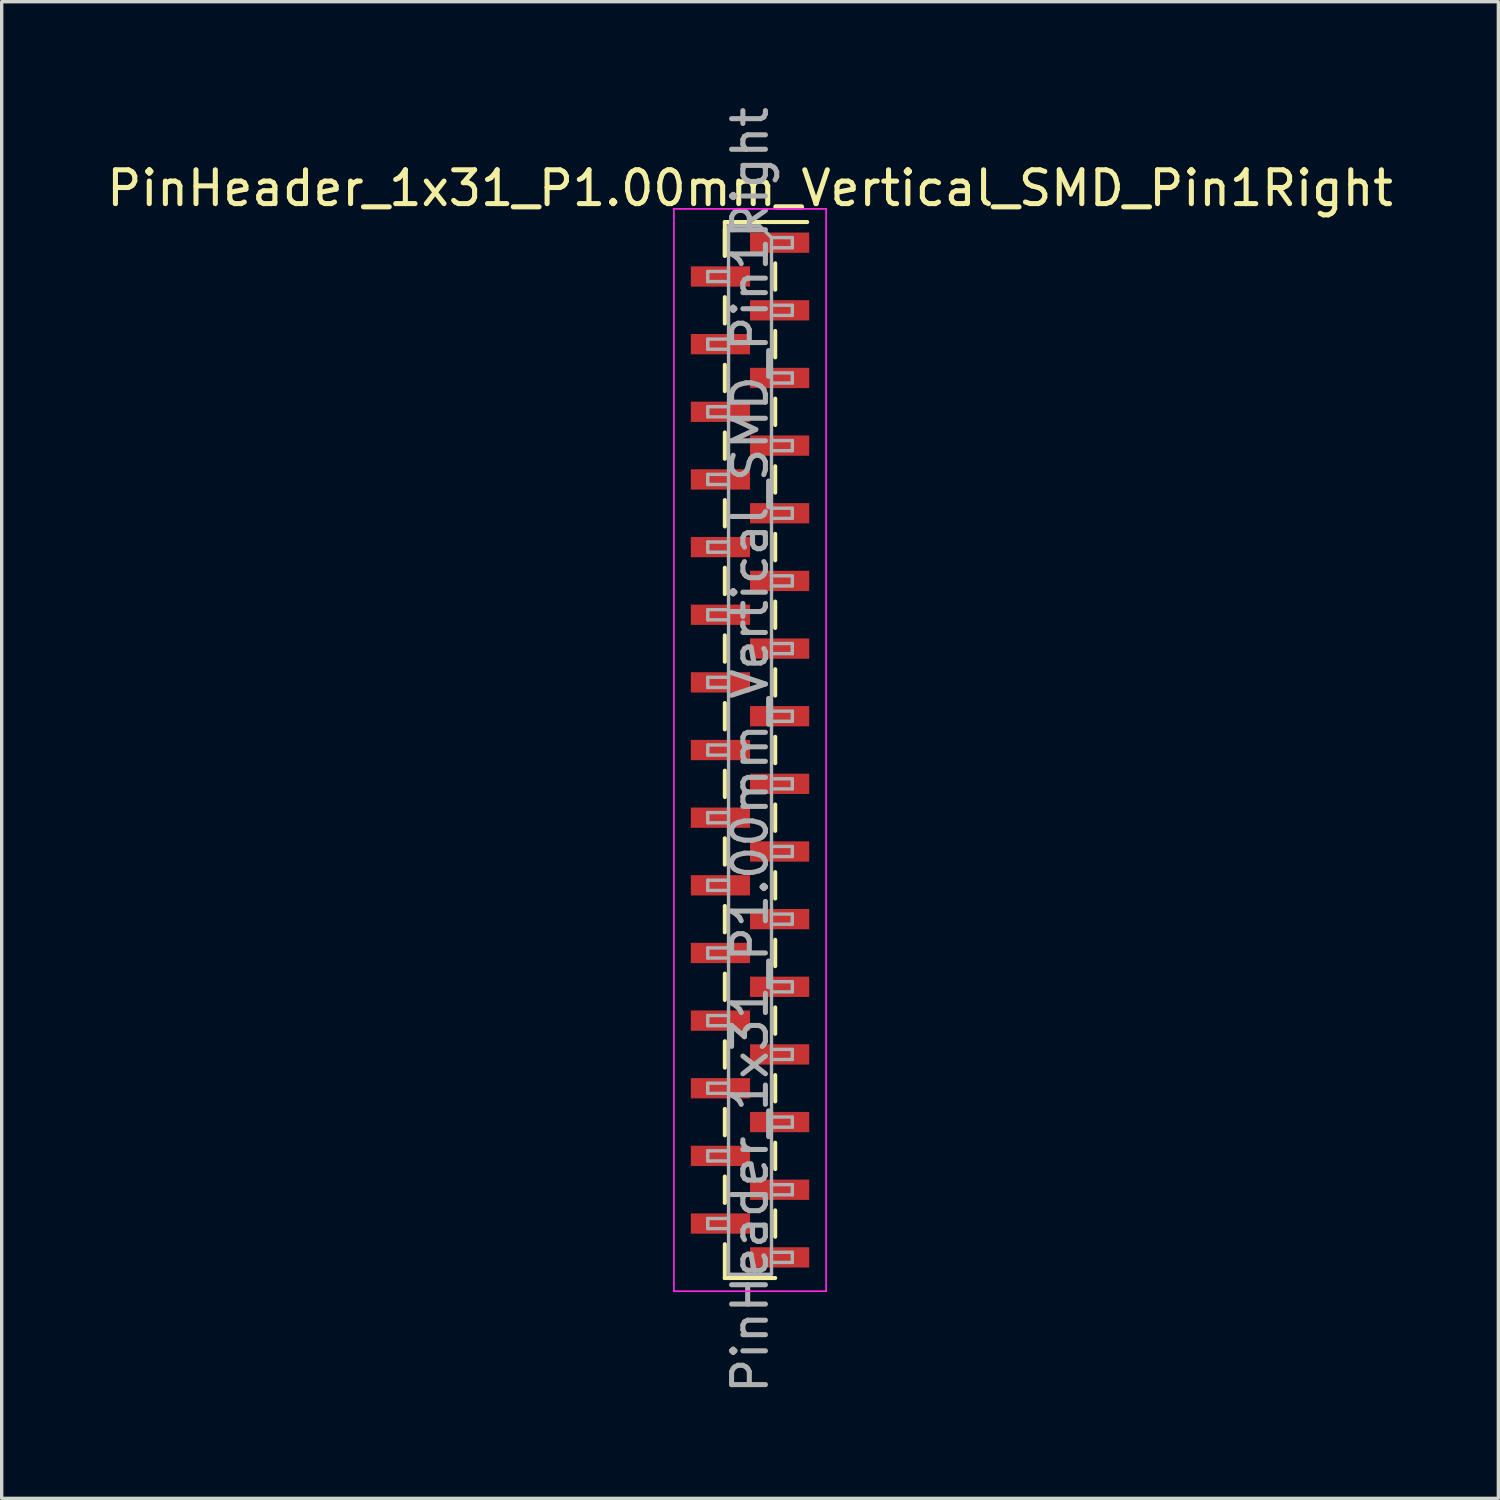
<source format=kicad_pcb>
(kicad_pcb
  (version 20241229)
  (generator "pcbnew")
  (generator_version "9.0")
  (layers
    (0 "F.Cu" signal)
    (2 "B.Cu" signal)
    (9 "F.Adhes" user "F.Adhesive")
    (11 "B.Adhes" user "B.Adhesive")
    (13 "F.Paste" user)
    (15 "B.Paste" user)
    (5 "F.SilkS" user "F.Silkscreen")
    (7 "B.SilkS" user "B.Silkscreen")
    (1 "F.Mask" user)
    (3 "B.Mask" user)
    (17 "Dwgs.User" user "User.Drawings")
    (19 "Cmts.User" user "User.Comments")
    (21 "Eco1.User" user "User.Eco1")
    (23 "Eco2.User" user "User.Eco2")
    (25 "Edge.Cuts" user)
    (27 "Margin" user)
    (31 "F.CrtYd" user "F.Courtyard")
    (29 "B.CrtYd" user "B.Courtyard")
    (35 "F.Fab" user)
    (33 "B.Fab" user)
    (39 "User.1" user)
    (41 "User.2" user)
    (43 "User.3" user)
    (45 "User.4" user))
  (footprint "PinHeader_1x31_P1.00mm_Vertical_SMD_Pin1Right"
    (layer "F.Cu")
    (at 19.125 19.125)
    (property "Reference" "PinHeader_1x31_P1.00mm_Vertical_SMD_Pin1Right" (at 0 -16.61 0) (layer "F.SilkS") (effects (font (size 1 1) (thickness 0.15))))
    (attr smd)
    (fp_line (start -0.745 -15.61) (end -0.745 -14.61) (stroke (width 0.12) (type solid)) (layer "F.SilkS"))
    (fp_line (start -0.745 -15.61) (end 0.745 -15.61) (stroke (width 0.12) (type solid)) (layer "F.SilkS"))
    (fp_line (start -0.745 -15.39) (end -0.745 -14.61) (stroke (width 0.12) (type solid)) (layer "F.SilkS"))
    (fp_line (start -0.745 -13.39) (end -0.745 -12.61) (stroke (width 0.12) (type solid)) (layer "F.SilkS"))
    (fp_line (start -0.745 -11.39) (end -0.745 -10.61) (stroke (width 0.12) (type solid)) (layer "F.SilkS"))
    (fp_line (start -0.745 -9.39) (end -0.745 -8.61) (stroke (width 0.12) (type solid)) (layer "F.SilkS"))
    (fp_line (start -0.745 -7.39) (end -0.745 -6.61) (stroke (width 0.12) (type solid)) (layer "F.SilkS"))
    (fp_line (start -0.745 -5.39) (end -0.745 -4.61) (stroke (width 0.12) (type solid)) (layer "F.SilkS"))
    (fp_line (start -0.745 -3.39) (end -0.745 -2.61) (stroke (width 0.12) (type solid)) (layer "F.SilkS"))
    (fp_line (start -0.745 -1.39) (end -0.745 -0.61) (stroke (width 0.12) (type solid)) (layer "F.SilkS"))
    (fp_line (start -0.745 0.61) (end -0.745 1.39) (stroke (width 0.12) (type solid)) (layer "F.SilkS"))
    (fp_line (start -0.745 2.61) (end -0.745 3.39) (stroke (width 0.12) (type solid)) (layer "F.SilkS"))
    (fp_line (start -0.745 4.61) (end -0.745 5.39) (stroke (width 0.12) (type solid)) (layer "F.SilkS"))
    (fp_line (start -0.745 6.61) (end -0.745 7.39) (stroke (width 0.12) (type solid)) (layer "F.SilkS"))
    (fp_line (start -0.745 8.61) (end -0.745 9.39) (stroke (width 0.12) (type solid)) (layer "F.SilkS"))
    (fp_line (start -0.745 10.61) (end -0.745 11.39) (stroke (width 0.12) (type solid)) (layer "F.SilkS"))
    (fp_line (start -0.745 12.61) (end -0.745 13.39) (stroke (width 0.12) (type solid)) (layer "F.SilkS"))
    (fp_line (start -0.745 14.61) (end -0.745 15.61) (stroke (width 0.12) (type solid)) (layer "F.SilkS"))
    (fp_line (start -0.745 15.61) (end -0.745 15.61) (stroke (width 0.12) (type solid)) (layer "F.SilkS"))
    (fp_line (start -0.745 15.61) (end 0.745 15.61) (stroke (width 0.12) (type solid)) (layer "F.SilkS"))
    (fp_line (start 0.745 -15.61) (end 0.745 -15.61) (stroke (width 0.12) (type solid)) (layer "F.SilkS"))
    (fp_line (start 0.745 -15.61) (end 1.69 -15.61) (stroke (width 0.12) (type solid)) (layer "F.SilkS"))
    (fp_line (start 0.745 -14.39) (end 0.745 -13.61) (stroke (width 0.12) (type solid)) (layer "F.SilkS"))
    (fp_line (start 0.745 -12.39) (end 0.745 -11.61) (stroke (width 0.12) (type solid)) (layer "F.SilkS"))
    (fp_line (start 0.745 -10.39) (end 0.745 -9.61) (stroke (width 0.12) (type solid)) (layer "F.SilkS"))
    (fp_line (start 0.745 -8.39) (end 0.745 -7.61) (stroke (width 0.12) (type solid)) (layer "F.SilkS"))
    (fp_line (start 0.745 -6.39) (end 0.745 -5.61) (stroke (width 0.12) (type solid)) (layer "F.SilkS"))
    (fp_line (start 0.745 -4.39) (end 0.745 -3.61) (stroke (width 0.12) (type solid)) (layer "F.SilkS"))
    (fp_line (start 0.745 -2.39) (end 0.745 -1.61) (stroke (width 0.12) (type solid)) (layer "F.SilkS"))
    (fp_line (start 0.745 -0.39) (end 0.745 0.39) (stroke (width 0.12) (type solid)) (layer "F.SilkS"))
    (fp_line (start 0.745 1.61) (end 0.745 2.39) (stroke (width 0.12) (type solid)) (layer "F.SilkS"))
    (fp_line (start 0.745 3.61) (end 0.745 4.39) (stroke (width 0.12) (type solid)) (layer "F.SilkS"))
    (fp_line (start 0.745 5.61) (end 0.745 6.39) (stroke (width 0.12) (type solid)) (layer "F.SilkS"))
    (fp_line (start 0.745 7.61) (end 0.745 8.39) (stroke (width 0.12) (type solid)) (layer "F.SilkS"))
    (fp_line (start 0.745 9.61) (end 0.745 10.39) (stroke (width 0.12) (type solid)) (layer "F.SilkS"))
    (fp_line (start 0.745 11.61) (end 0.745 12.39) (stroke (width 0.12) (type solid)) (layer "F.SilkS"))
    (fp_line (start 0.745 13.61) (end 0.745 14.39) (stroke (width 0.12) (type solid)) (layer "F.SilkS"))
    (fp_line (start -2.25 -16) (end -2.25 16) (stroke (width 0.05) (type solid)) (layer "F.CrtYd"))
    (fp_line (start -2.25 16) (end 2.25 16) (stroke (width 0.05) (type solid)) (layer "F.CrtYd"))
    (fp_line (start 2.25 -16) (end -2.25 -16) (stroke (width 0.05) (type solid)) (layer "F.CrtYd"))
    (fp_line (start 2.25 16) (end 2.25 -16) (stroke (width 0.05) (type solid)) (layer "F.CrtYd"))
    (fp_line (start -1.25 -14.15) (end -1.25 -13.85) (stroke (width 0.1) (type solid)) (layer "F.Fab"))
    (fp_line (start -1.25 -13.85) (end -0.635 -13.85) (stroke (width 0.1) (type solid)) (layer "F.Fab"))
    (fp_line (start -1.25 -12.15) (end -1.25 -11.85) (stroke (width 0.1) (type solid)) (layer "F.Fab"))
    (fp_line (start -1.25 -11.85) (end -0.635 -11.85) (stroke (width 0.1) (type solid)) (layer "F.Fab"))
    (fp_line (start -1.25 -10.15) (end -1.25 -9.85) (stroke (width 0.1) (type solid)) (layer "F.Fab"))
    (fp_line (start -1.25 -9.85) (end -0.635 -9.85) (stroke (width 0.1) (type solid)) (layer "F.Fab"))
    (fp_line (start -1.25 -8.15) (end -1.25 -7.85) (stroke (width 0.1) (type solid)) (layer "F.Fab"))
    (fp_line (start -1.25 -7.85) (end -0.635 -7.85) (stroke (width 0.1) (type solid)) (layer "F.Fab"))
    (fp_line (start -1.25 -6.15) (end -1.25 -5.85) (stroke (width 0.1) (type solid)) (layer "F.Fab"))
    (fp_line (start -1.25 -5.85) (end -0.635 -5.85) (stroke (width 0.1) (type solid)) (layer "F.Fab"))
    (fp_line (start -1.25 -4.15) (end -1.25 -3.85) (stroke (width 0.1) (type solid)) (layer "F.Fab"))
    (fp_line (start -1.25 -3.85) (end -0.635 -3.85) (stroke (width 0.1) (type solid)) (layer "F.Fab"))
    (fp_line (start -1.25 -2.15) (end -1.25 -1.85) (stroke (width 0.1) (type solid)) (layer "F.Fab"))
    (fp_line (start -1.25 -1.85) (end -0.635 -1.85) (stroke (width 0.1) (type solid)) (layer "F.Fab"))
    (fp_line (start -1.25 -0.15) (end -1.25 0.15) (stroke (width 0.1) (type solid)) (layer "F.Fab"))
    (fp_line (start -1.25 0.15) (end -0.635 0.15) (stroke (width 0.1) (type solid)) (layer "F.Fab"))
    (fp_line (start -1.25 1.85) (end -1.25 2.15) (stroke (width 0.1) (type solid)) (layer "F.Fab"))
    (fp_line (start -1.25 2.15) (end -0.635 2.15) (stroke (width 0.1) (type solid)) (layer "F.Fab"))
    (fp_line (start -1.25 3.85) (end -1.25 4.15) (stroke (width 0.1) (type solid)) (layer "F.Fab"))
    (fp_line (start -1.25 4.15) (end -0.635 4.15) (stroke (width 0.1) (type solid)) (layer "F.Fab"))
    (fp_line (start -1.25 5.85) (end -1.25 6.15) (stroke (width 0.1) (type solid)) (layer "F.Fab"))
    (fp_line (start -1.25 6.15) (end -0.635 6.15) (stroke (width 0.1) (type solid)) (layer "F.Fab"))
    (fp_line (start -1.25 7.85) (end -1.25 8.15) (stroke (width 0.1) (type solid)) (layer "F.Fab"))
    (fp_line (start -1.25 8.15) (end -0.635 8.15) (stroke (width 0.1) (type solid)) (layer "F.Fab"))
    (fp_line (start -1.25 9.85) (end -1.25 10.15) (stroke (width 0.1) (type solid)) (layer "F.Fab"))
    (fp_line (start -1.25 10.15) (end -0.635 10.15) (stroke (width 0.1) (type solid)) (layer "F.Fab"))
    (fp_line (start -1.25 11.85) (end -1.25 12.15) (stroke (width 0.1) (type solid)) (layer "F.Fab"))
    (fp_line (start -1.25 12.15) (end -0.635 12.15) (stroke (width 0.1) (type solid)) (layer "F.Fab"))
    (fp_line (start -1.25 13.85) (end -1.25 14.15) (stroke (width 0.1) (type solid)) (layer "F.Fab"))
    (fp_line (start -1.25 14.15) (end -0.635 14.15) (stroke (width 0.1) (type solid)) (layer "F.Fab"))
    (fp_line (start -0.635 -15.5) (end -0.635 15.5) (stroke (width 0.1) (type solid)) (layer "F.Fab"))
    (fp_line (start -0.635 -15.5) (end 0.285 -15.5) (stroke (width 0.1) (type solid)) (layer "F.Fab"))
    (fp_line (start -0.635 -14.15) (end -1.25 -14.15) (stroke (width 0.1) (type solid)) (layer "F.Fab"))
    (fp_line (start -0.635 -12.15) (end -1.25 -12.15) (stroke (width 0.1) (type solid)) (layer "F.Fab"))
    (fp_line (start -0.635 -10.15) (end -1.25 -10.15) (stroke (width 0.1) (type solid)) (layer "F.Fab"))
    (fp_line (start -0.635 -8.15) (end -1.25 -8.15) (stroke (width 0.1) (type solid)) (layer "F.Fab"))
    (fp_line (start -0.635 -6.15) (end -1.25 -6.15) (stroke (width 0.1) (type solid)) (layer "F.Fab"))
    (fp_line (start -0.635 -4.15) (end -1.25 -4.15) (stroke (width 0.1) (type solid)) (layer "F.Fab"))
    (fp_line (start -0.635 -2.15) (end -1.25 -2.15) (stroke (width 0.1) (type solid)) (layer "F.Fab"))
    (fp_line (start -0.635 -0.15) (end -1.25 -0.15) (stroke (width 0.1) (type solid)) (layer "F.Fab"))
    (fp_line (start -0.635 1.85) (end -1.25 1.85) (stroke (width 0.1) (type solid)) (layer "F.Fab"))
    (fp_line (start -0.635 3.85) (end -1.25 3.85) (stroke (width 0.1) (type solid)) (layer "F.Fab"))
    (fp_line (start -0.635 5.85) (end -1.25 5.85) (stroke (width 0.1) (type solid)) (layer "F.Fab"))
    (fp_line (start -0.635 7.85) (end -1.25 7.85) (stroke (width 0.1) (type solid)) (layer "F.Fab"))
    (fp_line (start -0.635 9.85) (end -1.25 9.85) (stroke (width 0.1) (type solid)) (layer "F.Fab"))
    (fp_line (start -0.635 11.85) (end -1.25 11.85) (stroke (width 0.1) (type solid)) (layer "F.Fab"))
    (fp_line (start -0.635 13.85) (end -1.25 13.85) (stroke (width 0.1) (type solid)) (layer "F.Fab"))
    (fp_line (start 0.635 -15.15) (end 0.285 -15.5) (stroke (width 0.1) (type solid)) (layer "F.Fab"))
    (fp_line (start 0.635 -15.15) (end 1.25 -15.15) (stroke (width 0.1) (type solid)) (layer "F.Fab"))
    (fp_line (start 0.635 -13.15) (end 1.25 -13.15) (stroke (width 0.1) (type solid)) (layer "F.Fab"))
    (fp_line (start 0.635 -11.15) (end 1.25 -11.15) (stroke (width 0.1) (type solid)) (layer "F.Fab"))
    (fp_line (start 0.635 -9.15) (end 1.25 -9.15) (stroke (width 0.1) (type solid)) (layer "F.Fab"))
    (fp_line (start 0.635 -7.15) (end 1.25 -7.15) (stroke (width 0.1) (type solid)) (layer "F.Fab"))
    (fp_line (start 0.635 -5.15) (end 1.25 -5.15) (stroke (width 0.1) (type solid)) (layer "F.Fab"))
    (fp_line (start 0.635 -3.15) (end 1.25 -3.15) (stroke (width 0.1) (type solid)) (layer "F.Fab"))
    (fp_line (start 0.635 -1.15) (end 1.25 -1.15) (stroke (width 0.1) (type solid)) (layer "F.Fab"))
    (fp_line (start 0.635 0.85) (end 1.25 0.85) (stroke (width 0.1) (type solid)) (layer "F.Fab"))
    (fp_line (start 0.635 2.85) (end 1.25 2.85) (stroke (width 0.1) (type solid)) (layer "F.Fab"))
    (fp_line (start 0.635 4.85) (end 1.25 4.85) (stroke (width 0.1) (type solid)) (layer "F.Fab"))
    (fp_line (start 0.635 6.85) (end 1.25 6.85) (stroke (width 0.1) (type solid)) (layer "F.Fab"))
    (fp_line (start 0.635 8.85) (end 1.25 8.85) (stroke (width 0.1) (type solid)) (layer "F.Fab"))
    (fp_line (start 0.635 10.85) (end 1.25 10.85) (stroke (width 0.1) (type solid)) (layer "F.Fab"))
    (fp_line (start 0.635 12.85) (end 1.25 12.85) (stroke (width 0.1) (type solid)) (layer "F.Fab"))
    (fp_line (start 0.635 14.85) (end 1.25 14.85) (stroke (width 0.1) (type solid)) (layer "F.Fab"))
    (fp_line (start 0.635 15.5) (end -0.635 15.5) (stroke (width 0.1) (type solid)) (layer "F.Fab"))
    (fp_line (start 0.635 15.5) (end 0.635 -15.15) (stroke (width 0.1) (type solid)) (layer "F.Fab"))
    (fp_line (start 1.25 -15.15) (end 1.25 -14.85) (stroke (width 0.1) (type solid)) (layer "F.Fab"))
    (fp_line (start 1.25 -14.85) (end 0.635 -14.85) (stroke (width 0.1) (type solid)) (layer "F.Fab"))
    (fp_line (start 1.25 -13.15) (end 1.25 -12.85) (stroke (width 0.1) (type solid)) (layer "F.Fab"))
    (fp_line (start 1.25 -12.85) (end 0.635 -12.85) (stroke (width 0.1) (type solid)) (layer "F.Fab"))
    (fp_line (start 1.25 -11.15) (end 1.25 -10.85) (stroke (width 0.1) (type solid)) (layer "F.Fab"))
    (fp_line (start 1.25 -10.85) (end 0.635 -10.85) (stroke (width 0.1) (type solid)) (layer "F.Fab"))
    (fp_line (start 1.25 -9.15) (end 1.25 -8.85) (stroke (width 0.1) (type solid)) (layer "F.Fab"))
    (fp_line (start 1.25 -8.85) (end 0.635 -8.85) (stroke (width 0.1) (type solid)) (layer "F.Fab"))
    (fp_line (start 1.25 -7.15) (end 1.25 -6.85) (stroke (width 0.1) (type solid)) (layer "F.Fab"))
    (fp_line (start 1.25 -6.85) (end 0.635 -6.85) (stroke (width 0.1) (type solid)) (layer "F.Fab"))
    (fp_line (start 1.25 -5.15) (end 1.25 -4.85) (stroke (width 0.1) (type solid)) (layer "F.Fab"))
    (fp_line (start 1.25 -4.85) (end 0.635 -4.85) (stroke (width 0.1) (type solid)) (layer "F.Fab"))
    (fp_line (start 1.25 -3.15) (end 1.25 -2.85) (stroke (width 0.1) (type solid)) (layer "F.Fab"))
    (fp_line (start 1.25 -2.85) (end 0.635 -2.85) (stroke (width 0.1) (type solid)) (layer "F.Fab"))
    (fp_line (start 1.25 -1.15) (end 1.25 -0.85) (stroke (width 0.1) (type solid)) (layer "F.Fab"))
    (fp_line (start 1.25 -0.85) (end 0.635 -0.85) (stroke (width 0.1) (type solid)) (layer "F.Fab"))
    (fp_line (start 1.25 0.85) (end 1.25 1.15) (stroke (width 0.1) (type solid)) (layer "F.Fab"))
    (fp_line (start 1.25 1.15) (end 0.635 1.15) (stroke (width 0.1) (type solid)) (layer "F.Fab"))
    (fp_line (start 1.25 2.85) (end 1.25 3.15) (stroke (width 0.1) (type solid)) (layer "F.Fab"))
    (fp_line (start 1.25 3.15) (end 0.635 3.15) (stroke (width 0.1) (type solid)) (layer "F.Fab"))
    (fp_line (start 1.25 4.85) (end 1.25 5.15) (stroke (width 0.1) (type solid)) (layer "F.Fab"))
    (fp_line (start 1.25 5.15) (end 0.635 5.15) (stroke (width 0.1) (type solid)) (layer "F.Fab"))
    (fp_line (start 1.25 6.85) (end 1.25 7.15) (stroke (width 0.1) (type solid)) (layer "F.Fab"))
    (fp_line (start 1.25 7.15) (end 0.635 7.15) (stroke (width 0.1) (type solid)) (layer "F.Fab"))
    (fp_line (start 1.25 8.85) (end 1.25 9.15) (stroke (width 0.1) (type solid)) (layer "F.Fab"))
    (fp_line (start 1.25 9.15) (end 0.635 9.15) (stroke (width 0.1) (type solid)) (layer "F.Fab"))
    (fp_line (start 1.25 10.85) (end 1.25 11.15) (stroke (width 0.1) (type solid)) (layer "F.Fab"))
    (fp_line (start 1.25 11.15) (end 0.635 11.15) (stroke (width 0.1) (type solid)) (layer "F.Fab"))
    (fp_line (start 1.25 12.85) (end 1.25 13.15) (stroke (width 0.1) (type solid)) (layer "F.Fab"))
    (fp_line (start 1.25 13.15) (end 0.635 13.15) (stroke (width 0.1) (type solid)) (layer "F.Fab"))
    (fp_line (start 1.25 14.85) (end 1.25 15.15) (stroke (width 0.1) (type solid)) (layer "F.Fab"))
    (fp_line (start 1.25 15.15) (end 0.635 15.15) (stroke (width 0.1) (type solid)) (layer "F.Fab"))
    (fp_text user "${REFERENCE}" (at 0 0 90) (layer "F.Fab") (effects (font (size 1 1) (thickness 0.15))))
    (pad "1" smd rect (at 0.875 -15) (size 1.75 0.6) (layers "F.Cu" "F.Mask" "F.Paste"))
    (pad "2" smd rect (at -0.875 -14) (size 1.75 0.6) (layers "F.Cu" "F.Mask" "F.Paste"))
    (pad "3" smd rect (at 0.875 -13) (size 1.75 0.6) (layers "F.Cu" "F.Mask" "F.Paste"))
    (pad "4" smd rect (at -0.875 -12) (size 1.75 0.6) (layers "F.Cu" "F.Mask" "F.Paste"))
    (pad "5" smd rect (at 0.875 -11) (size 1.75 0.6) (layers "F.Cu" "F.Mask" "F.Paste"))
    (pad "6" smd rect (at -0.875 -10) (size 1.75 0.6) (layers "F.Cu" "F.Mask" "F.Paste"))
    (pad "7" smd rect (at 0.875 -9) (size 1.75 0.6) (layers "F.Cu" "F.Mask" "F.Paste"))
    (pad "8" smd rect (at -0.875 -8) (size 1.75 0.6) (layers "F.Cu" "F.Mask" "F.Paste"))
    (pad "9" smd rect (at 0.875 -7) (size 1.75 0.6) (layers "F.Cu" "F.Mask" "F.Paste"))
    (pad "10" smd rect (at -0.875 -6) (size 1.75 0.6) (layers "F.Cu" "F.Mask" "F.Paste"))
    (pad "11" smd rect (at 0.875 -5) (size 1.75 0.6) (layers "F.Cu" "F.Mask" "F.Paste"))
    (pad "12" smd rect (at -0.875 -4) (size 1.75 0.6) (layers "F.Cu" "F.Mask" "F.Paste"))
    (pad "13" smd rect (at 0.875 -3) (size 1.75 0.6) (layers "F.Cu" "F.Mask" "F.Paste"))
    (pad "14" smd rect (at -0.875 -2) (size 1.75 0.6) (layers "F.Cu" "F.Mask" "F.Paste"))
    (pad "15" smd rect (at 0.875 -1) (size 1.75 0.6) (layers "F.Cu" "F.Mask" "F.Paste"))
    (pad "16" smd rect (at -0.875 0) (size 1.75 0.6) (layers "F.Cu" "F.Mask" "F.Paste"))
    (pad "17" smd rect (at 0.875 1) (size 1.75 0.6) (layers "F.Cu" "F.Mask" "F.Paste"))
    (pad "18" smd rect (at -0.875 2) (size 1.75 0.6) (layers "F.Cu" "F.Mask" "F.Paste"))
    (pad "19" smd rect (at 0.875 3) (size 1.75 0.6) (layers "F.Cu" "F.Mask" "F.Paste"))
    (pad "20" smd rect (at -0.875 4) (size 1.75 0.6) (layers "F.Cu" "F.Mask" "F.Paste"))
    (pad "21" smd rect (at 0.875 5) (size 1.75 0.6) (layers "F.Cu" "F.Mask" "F.Paste"))
    (pad "22" smd rect (at -0.875 6) (size 1.75 0.6) (layers "F.Cu" "F.Mask" "F.Paste"))
    (pad "23" smd rect (at 0.875 7) (size 1.75 0.6) (layers "F.Cu" "F.Mask" "F.Paste"))
    (pad "24" smd rect (at -0.875 8) (size 1.75 0.6) (layers "F.Cu" "F.Mask" "F.Paste"))
    (pad "25" smd rect (at 0.875 9) (size 1.75 0.6) (layers "F.Cu" "F.Mask" "F.Paste"))
    (pad "26" smd rect (at -0.875 10) (size 1.75 0.6) (layers "F.Cu" "F.Mask" "F.Paste"))
    (pad "27" smd rect (at 0.875 11) (size 1.75 0.6) (layers "F.Cu" "F.Mask" "F.Paste"))
    (pad "28" smd rect (at -0.875 12) (size 1.75 0.6) (layers "F.Cu" "F.Mask" "F.Paste"))
    (pad "29" smd rect (at 0.875 13) (size 1.75 0.6) (layers "F.Cu" "F.Mask" "F.Paste"))
    (pad "30" smd rect (at -0.875 14) (size 1.75 0.6) (layers "F.Cu" "F.Mask" "F.Paste"))
    (pad "31" smd rect (at 0.875 15) (size 1.75 0.6) (layers "F.Cu" "F.Mask" "F.Paste")))
  (gr_rect
    (start -3 -3)
    (end 41.25 41.25)
    (stroke (width 0.1) (type default))
    (fill no)
    (layer "Edge.Cuts")))
</source>
